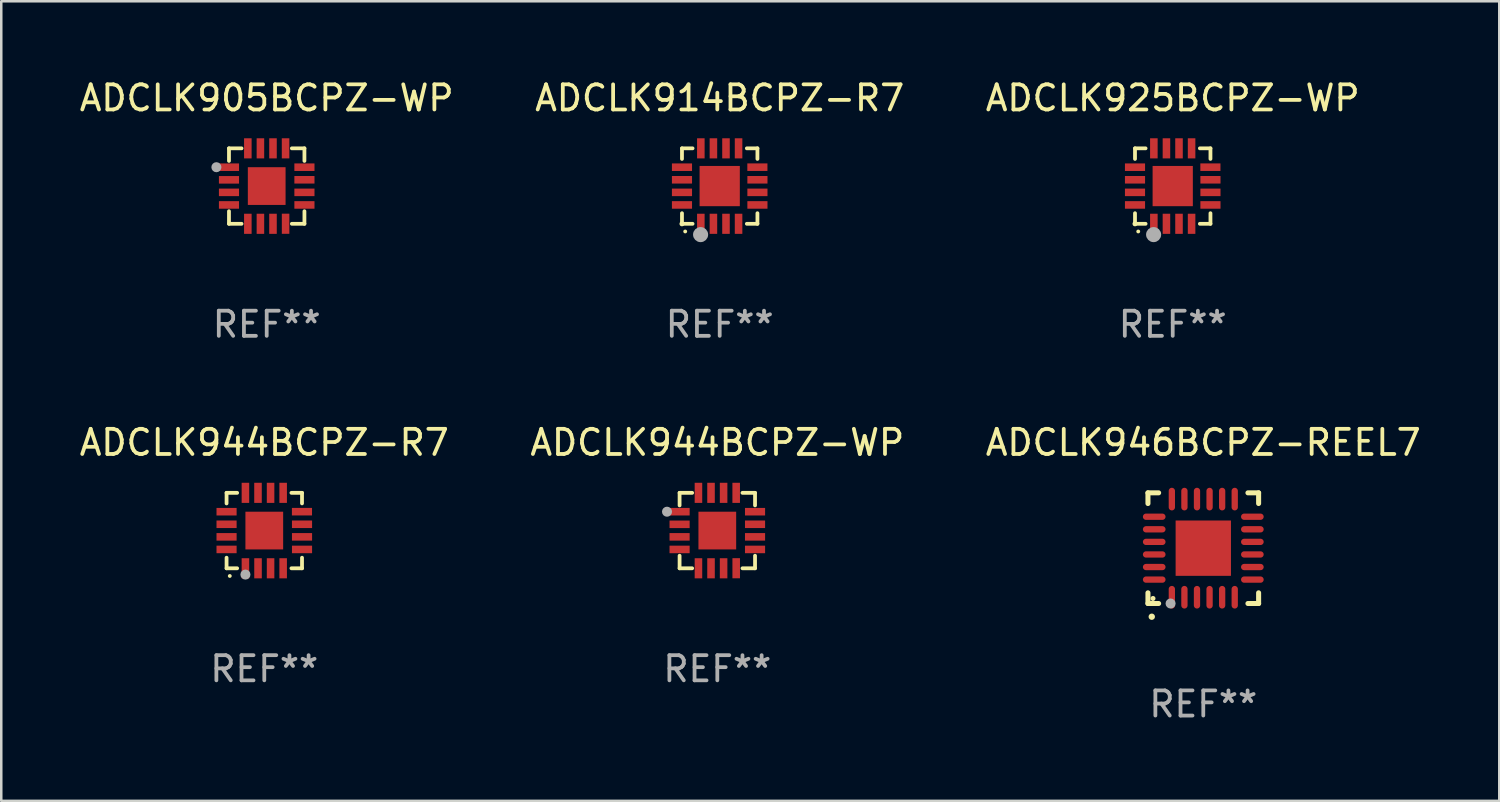
<source format=kicad_pcb>
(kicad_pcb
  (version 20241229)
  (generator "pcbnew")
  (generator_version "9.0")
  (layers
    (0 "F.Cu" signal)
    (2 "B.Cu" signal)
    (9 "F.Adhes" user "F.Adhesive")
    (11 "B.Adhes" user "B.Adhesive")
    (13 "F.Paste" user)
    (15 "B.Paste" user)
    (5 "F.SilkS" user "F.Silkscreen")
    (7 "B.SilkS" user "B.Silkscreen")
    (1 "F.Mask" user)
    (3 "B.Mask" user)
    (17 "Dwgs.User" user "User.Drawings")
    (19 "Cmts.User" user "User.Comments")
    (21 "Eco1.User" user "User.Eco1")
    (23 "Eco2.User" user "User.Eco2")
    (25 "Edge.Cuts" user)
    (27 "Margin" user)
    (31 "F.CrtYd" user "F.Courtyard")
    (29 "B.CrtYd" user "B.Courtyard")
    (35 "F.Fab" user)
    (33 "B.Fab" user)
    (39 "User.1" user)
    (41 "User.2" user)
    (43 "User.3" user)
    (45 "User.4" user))
  (footprint "ADCLK914BCPZ-R7"
    (layer "F.Cu")
    (at 25.565 4.348)
    (property "Reference" "ADCLK914BCPZ-R7" (at 0 -3.5 0) (layer "F.SilkS") (effects (font (size 1 1) (thickness 0.15))))
    (attr through_hole)
    (fp_line (start -1.5 -1.5) (end -1.079 -1.5) (stroke (width 0.15) (type solid)) (layer "F.SilkS"))
    (fp_line (start -1.5 -1.079) (end -1.5 -1.5) (stroke (width 0.15) (type solid)) (layer "F.SilkS"))
    (fp_line (start -1.5 1.5) (end -1.5 1.079) (stroke (width 0.15) (type solid)) (layer "F.SilkS"))
    (fp_line (start -1.5 1.5) (end -1.079 1.5) (stroke (width 0.15) (type solid)) (layer "F.SilkS"))
    (fp_line (start 1.079 -1.5) (end 1.5 -1.5) (stroke (width 0.15) (type solid)) (layer "F.SilkS"))
    (fp_line (start 1.079 1.5) (end 1.5 1.5) (stroke (width 0.15) (type solid)) (layer "F.SilkS"))
    (fp_line (start 1.5 -1.08) (end 1.5 -1.5) (stroke (width 0.15) (type solid)) (layer "F.SilkS"))
    (fp_line (start 1.5 1.5) (end 1.5 1.079) (stroke (width 0.15) (type solid)) (layer "F.SilkS"))
    (fp_arc (start -1.372885 1.805398) (mid -1.371615 1.805392) (end -1.370345 1.805398) (stroke (width 0.150114) (type solid)) (layer "F.SilkS"))
    (fp_circle (center -1.5 1.5) (end -1.45 1.5) (stroke (width 0.1) (type solid)) (fill no) (layer "F.SilkS"))
    (fp_circle (center -0.76 1.93) (end -0.61 1.93) (stroke (width 0.3) (type solid)) (fill no) (layer "F.Fab"))
    (fp_text user "REF**" (at 0 5.5 0) (layer "F.Fab") (effects (font (size 1 1) (thickness 0.15))))
    (pad "1" smd rect (at -0.75 1.5) (size 0.3 0.8) (layers "F.Cu" "F.Mask" "F.Paste"))
    (pad "2" smd rect (at -0.25 1.5) (size 0.3 0.8) (layers "F.Cu" "F.Mask" "F.Paste"))
    (pad "3" smd rect (at 0.25 1.5) (size 0.3 0.8) (layers "F.Cu" "F.Mask" "F.Paste"))
    (pad "4" smd rect (at 0.75 1.5) (size 0.3 0.8) (layers "F.Cu" "F.Mask" "F.Paste"))
    (pad "5" smd rect (at 1.5 0.75) (size 0.8 0.3) (layers "F.Cu" "F.Mask" "F.Paste"))
    (pad "6" smd rect (at 1.5 0.25) (size 0.8 0.3) (layers "F.Cu" "F.Mask" "F.Paste"))
    (pad "7" smd rect (at 1.5 -0.25) (size 0.8 0.3) (layers "F.Cu" "F.Mask" "F.Paste"))
    (pad "8" smd rect (at 1.498 -0.751) (size 0.8 0.3) (layers "F.Cu" "F.Mask" "F.Paste"))
    (pad "9" smd rect (at 0.75 -1.5) (size 0.3 0.8) (layers "F.Cu" "F.Mask" "F.Paste"))
    (pad "10" smd rect (at 0.25 -1.5) (size 0.3 0.8) (layers "F.Cu" "F.Mask" "F.Paste"))
    (pad "11" smd rect (at -0.25 -1.5) (size 0.3 0.8) (layers "F.Cu" "F.Mask" "F.Paste"))
    (pad "12" smd rect (at -0.75 -1.5) (size 0.3 0.8) (layers "F.Cu" "F.Mask" "F.Paste"))
    (pad "13" smd rect (at -1.5 -0.75) (size 0.8 0.3) (layers "F.Cu" "F.Mask" "F.Paste"))
    (pad "14" smd rect (at -1.5 -0.25) (size 0.8 0.3) (layers "F.Cu" "F.Mask" "F.Paste"))
    (pad "15" smd rect (at -1.5 0.25) (size 0.8 0.3) (layers "F.Cu" "F.Mask" "F.Paste"))
    (pad "16" smd rect (at -1.5 0.75) (size 0.8 0.3) (layers "F.Cu" "F.Mask" "F.Paste"))
    (pad "17" smd rect (at -0.000114 0.00014) (size 1.6 1.6) (layers "F.Cu" "F.Mask" "F.Paste")))
  (footprint "ADCLK944BCPZ-WP"
    (layer "F.Cu")
    (at 25.47 18.045)
    (property "Reference" "ADCLK944BCPZ-WP" (at 0 -3.5 0) (layer "F.SilkS") (effects (font (size 1 1) (thickness 0.15))))
    (attr through_hole)
    (fp_line (start -1.5 -1.5) (end -1 -1.5) (stroke (width 0.15) (type solid)) (layer "F.SilkS"))
    (fp_line (start -1.5 -1) (end -1.5 -1.5) (stroke (width 0.15) (type solid)) (layer "F.SilkS"))
    (fp_line (start -1.5 1) (end -1.5 1.5) (stroke (width 0.15) (type solid)) (layer "F.SilkS"))
    (fp_line (start -1.5 1.5) (end -1 1.5) (stroke (width 0.15) (type solid)) (layer "F.SilkS"))
    (fp_line (start 1 -1.5) (end 1.5 -1.5) (stroke (width 0.15) (type solid)) (layer "F.SilkS"))
    (fp_line (start 1 1.5) (end 1.5 1.5) (stroke (width 0.15) (type solid)) (layer "F.SilkS"))
    (fp_line (start 1.5 -1.5) (end 1.5 -1) (stroke (width 0.15) (type solid)) (layer "F.SilkS"))
    (fp_line (start 1.5 1.5) (end 1.5 1) (stroke (width 0.15) (type solid)) (layer "F.SilkS"))
    (fp_arc (start -2.082931 -0.784989) (mid -2.082937 -0.786259) (end -2.082931 -0.787529) (stroke (width 0.150114) (type solid)) (layer "F.SilkS"))
    (fp_circle (center -1.5 -1.5) (end -1.47 -1.5) (stroke (width 0.06) (type solid)) (fill no) (layer "F.SilkS"))
    (fp_circle (center -2 -0.75) (end -1.9 -0.75) (stroke (width 0.2) (type solid)) (fill no) (layer "F.Fab"))
    (fp_text user "REF**" (at 0 5.5 0) (layer "F.Fab") (effects (font (size 1 1) (thickness 0.15))))
    (pad "1" smd rect (at -1.5 -0.75 90) (size 0.3 0.8) (layers "F.Cu" "F.Mask" "F.Paste"))
    (pad "2" smd rect (at -1.5 -0.248 90) (size 0.3 0.8) (layers "F.Cu" "F.Mask" "F.Paste"))
    (pad "3" smd rect (at -1.5 0.25 90) (size 0.3 0.8) (layers "F.Cu" "F.Mask" "F.Paste"))
    (pad "4" smd rect (at -1.5 0.75 90) (size 0.3 0.8) (layers "F.Cu" "F.Mask" "F.Paste"))
    (pad "5" smd rect (at -0.75 1.5) (size 0.3 0.8) (layers "F.Cu" "F.Mask" "F.Paste"))
    (pad "6" smd rect (at -0.25 1.5) (size 0.3 0.8) (layers "F.Cu" "F.Mask" "F.Paste"))
    (pad "7" smd rect (at 0.25 1.5) (size 0.3 0.8) (layers "F.Cu" "F.Mask" "F.Paste"))
    (pad "8" smd rect (at 0.751 1.498) (size 0.3 0.8) (layers "F.Cu" "F.Mask" "F.Paste"))
    (pad "9" smd rect (at 1.5 0.75 90) (size 0.3 0.8) (layers "F.Cu" "F.Mask" "F.Paste"))
    (pad "10" smd rect (at 1.5 0.25 90) (size 0.3 0.8) (layers "F.Cu" "F.Mask" "F.Paste"))
    (pad "11" smd rect (at 1.5 -0.25 90) (size 0.3 0.8) (layers "F.Cu" "F.Mask" "F.Paste"))
    (pad "12" smd rect (at 1.5 -0.75 90) (size 0.3 0.8) (layers "F.Cu" "F.Mask" "F.Paste"))
    (pad "13" smd rect (at 0.75 -1.5) (size 0.3 0.8) (layers "F.Cu" "F.Mask" "F.Paste"))
    (pad "14" smd rect (at 0.25 -1.5) (size 0.3 0.8) (layers "F.Cu" "F.Mask" "F.Paste"))
    (pad "15" smd rect (at -0.25 -1.5) (size 0.3 0.8) (layers "F.Cu" "F.Mask" "F.Paste"))
    (pad "16" smd rect (at -0.75 -1.5) (size 0.3 0.8) (layers "F.Cu" "F.Mask" "F.Paste"))
    (pad "17" smd rect (at -0.000127 -0.000127 90) (size 1.5 1.5) (layers "F.Cu" "F.Mask" "F.Paste")))
  (footprint "ADCLK925BCPZ-WP"
    (layer "F.Cu")
    (at 43.577 4.348)
    (property "Reference" "ADCLK925BCPZ-WP" (at 0 -3.5 0) (layer "F.SilkS") (effects (font (size 1 1) (thickness 0.15))))
    (attr through_hole)
    (fp_line (start -1.5 -1.5) (end -1.079 -1.5) (stroke (width 0.15) (type solid)) (layer "F.SilkS"))
    (fp_line (start -1.5 -1.079) (end -1.5 -1.5) (stroke (width 0.15) (type solid)) (layer "F.SilkS"))
    (fp_line (start -1.5 1.5) (end -1.5 1.079) (stroke (width 0.15) (type solid)) (layer "F.SilkS"))
    (fp_line (start -1.5 1.5) (end -1.079 1.5) (stroke (width 0.15) (type solid)) (layer "F.SilkS"))
    (fp_line (start 1.079 -1.5) (end 1.5 -1.5) (stroke (width 0.15) (type solid)) (layer "F.SilkS"))
    (fp_line (start 1.079 1.5) (end 1.5 1.5) (stroke (width 0.15) (type solid)) (layer "F.SilkS"))
    (fp_line (start 1.5 -1.08) (end 1.5 -1.5) (stroke (width 0.15) (type solid)) (layer "F.SilkS"))
    (fp_line (start 1.5 1.5) (end 1.5 1.079) (stroke (width 0.15) (type solid)) (layer "F.SilkS"))
    (fp_arc (start -1.372885 1.805398) (mid -1.371615 1.805392) (end -1.370345 1.805398) (stroke (width 0.150114) (type solid)) (layer "F.SilkS"))
    (fp_circle (center -1.5 1.5) (end -1.45 1.5) (stroke (width 0.1) (type solid)) (fill no) (layer "F.SilkS"))
    (fp_circle (center -0.76 1.93) (end -0.61 1.93) (stroke (width 0.3) (type solid)) (fill no) (layer "F.Fab"))
    (fp_text user "REF**" (at 0 5.5 0) (layer "F.Fab") (effects (font (size 1 1) (thickness 0.15))))
    (pad "1" smd rect (at -0.75 1.5) (size 0.3 0.8) (layers "F.Cu" "F.Mask" "F.Paste"))
    (pad "2" smd rect (at -0.25 1.5) (size 0.3 0.8) (layers "F.Cu" "F.Mask" "F.Paste"))
    (pad "3" smd rect (at 0.25 1.5) (size 0.3 0.8) (layers "F.Cu" "F.Mask" "F.Paste"))
    (pad "4" smd rect (at 0.75 1.5) (size 0.3 0.8) (layers "F.Cu" "F.Mask" "F.Paste"))
    (pad "5" smd rect (at 1.5 0.75) (size 0.8 0.3) (layers "F.Cu" "F.Mask" "F.Paste"))
    (pad "6" smd rect (at 1.5 0.25) (size 0.8 0.3) (layers "F.Cu" "F.Mask" "F.Paste"))
    (pad "7" smd rect (at 1.5 -0.25) (size 0.8 0.3) (layers "F.Cu" "F.Mask" "F.Paste"))
    (pad "8" smd rect (at 1.498 -0.751) (size 0.8 0.3) (layers "F.Cu" "F.Mask" "F.Paste"))
    (pad "9" smd rect (at 0.75 -1.5) (size 0.3 0.8) (layers "F.Cu" "F.Mask" "F.Paste"))
    (pad "10" smd rect (at 0.25 -1.5) (size 0.3 0.8) (layers "F.Cu" "F.Mask" "F.Paste"))
    (pad "11" smd rect (at -0.25 -1.5) (size 0.3 0.8) (layers "F.Cu" "F.Mask" "F.Paste"))
    (pad "12" smd rect (at -0.75 -1.5) (size 0.3 0.8) (layers "F.Cu" "F.Mask" "F.Paste"))
    (pad "13" smd rect (at -1.5 -0.75) (size 0.8 0.3) (layers "F.Cu" "F.Mask" "F.Paste"))
    (pad "14" smd rect (at -1.5 -0.25) (size 0.8 0.3) (layers "F.Cu" "F.Mask" "F.Paste"))
    (pad "15" smd rect (at -1.5 0.25) (size 0.8 0.3) (layers "F.Cu" "F.Mask" "F.Paste"))
    (pad "16" smd rect (at -1.5 0.75) (size 0.8 0.3) (layers "F.Cu" "F.Mask" "F.Paste"))
    (pad "17" smd rect (at -0.000114 0.00014) (size 1.6 1.6) (layers "F.Cu" "F.Mask" "F.Paste")))
  (footprint "ADCLK944BCPZ-R7"
    (layer "F.Cu")
    (at 7.458 18.045)
    (property "Reference" "ADCLK944BCPZ-R7" (at 0 -3.5 0) (layer "F.SilkS") (effects (font (size 1 1) (thickness 0.15))))
    (attr through_hole)
    (fp_line (start -1.5 -1.5) (end -1.079 -1.5) (stroke (width 0.15) (type solid)) (layer "F.SilkS"))
    (fp_line (start -1.5 -1.079) (end -1.5 -1.5) (stroke (width 0.15) (type solid)) (layer "F.SilkS"))
    (fp_line (start -1.5 1.5) (end -1.5 1.079) (stroke (width 0.15) (type solid)) (layer "F.SilkS"))
    (fp_line (start -1.5 1.5) (end -1.079 1.5) (stroke (width 0.15) (type solid)) (layer "F.SilkS"))
    (fp_line (start 1.079 -1.5) (end 1.5 -1.5) (stroke (width 0.15) (type solid)) (layer "F.SilkS"))
    (fp_line (start 1.079 1.5) (end 1.5 1.5) (stroke (width 0.15) (type solid)) (layer "F.SilkS"))
    (fp_line (start 1.5 -1.08) (end 1.5 -1.5) (stroke (width 0.15) (type solid)) (layer "F.SilkS"))
    (fp_line (start 1.5 1.5) (end 1.5 1.079) (stroke (width 0.15) (type solid)) (layer "F.SilkS"))
    (fp_arc (start -1.372885 1.805398) (mid -1.371615 1.805392) (end -1.370345 1.805398) (stroke (width 0.150114) (type solid)) (layer "F.SilkS"))
    (fp_circle (center -1.5 1.5) (end -1.47 1.5) (stroke (width 0.06) (type solid)) (fill no) (layer "F.SilkS"))
    (fp_circle (center -0.75 1.75) (end -0.65 1.75) (stroke (width 0.2) (type solid)) (fill no) (layer "F.Fab"))
    (fp_text user "REF**" (at 0 5.5 0) (layer "F.Fab") (effects (font (size 1 1) (thickness 0.15))))
    (pad "1" smd rect (at -0.75 1.5) (size 0.3 0.8) (layers "F.Cu" "F.Mask" "F.Paste"))
    (pad "2" smd rect (at -0.249 1.5) (size 0.3 0.8) (layers "F.Cu" "F.Mask" "F.Paste"))
    (pad "3" smd rect (at 0.25 1.5) (size 0.3 0.8) (layers "F.Cu" "F.Mask" "F.Paste"))
    (pad "4" smd rect (at 0.75 1.5) (size 0.3 0.8) (layers "F.Cu" "F.Mask" "F.Paste"))
    (pad "5" smd rect (at 1.5 0.75) (size 0.8 0.3) (layers "F.Cu" "F.Mask" "F.Paste"))
    (pad "6" smd rect (at 1.5 0.25) (size 0.8 0.3) (layers "F.Cu" "F.Mask" "F.Paste"))
    (pad "7" smd rect (at 1.5 -0.25) (size 0.8 0.3) (layers "F.Cu" "F.Mask" "F.Paste"))
    (pad "8" smd rect (at 1.498 -0.751) (size 0.8 0.3) (layers "F.Cu" "F.Mask" "F.Paste"))
    (pad "9" smd rect (at 0.75 -1.5) (size 0.3 0.8) (layers "F.Cu" "F.Mask" "F.Paste"))
    (pad "10" smd rect (at 0.25 -1.5) (size 0.3 0.8) (layers "F.Cu" "F.Mask" "F.Paste"))
    (pad "11" smd rect (at -0.25 -1.5) (size 0.3 0.8) (layers "F.Cu" "F.Mask" "F.Paste"))
    (pad "12" smd rect (at -0.75 -1.5) (size 0.3 0.8) (layers "F.Cu" "F.Mask" "F.Paste"))
    (pad "13" smd rect (at -1.5 -0.75) (size 0.8 0.3) (layers "F.Cu" "F.Mask" "F.Paste"))
    (pad "14" smd rect (at -1.5 -0.25) (size 0.8 0.3) (layers "F.Cu" "F.Mask" "F.Paste"))
    (pad "15" smd rect (at -1.5 0.25) (size 0.8 0.3) (layers "F.Cu" "F.Mask" "F.Paste"))
    (pad "16" smd rect (at -1.5 0.75) (size 0.8 0.3) (layers "F.Cu" "F.Mask" "F.Paste"))
    (pad "17" smd rect (at -0.000114 0.00014 180) (size 1.5 1.5) (layers "F.Cu" "F.Mask" "F.Paste")))
  (footprint "ADCLK946BCPZ-REEL7"
    (layer "F.Cu")
    (at 44.792 18.745)
    (property "Reference" "ADCLK946BCPZ-REEL7" (at 0 -4.2 0) (layer "F.SilkS") (effects (font (size 1 1) (thickness 0.15))))
    (attr through_hole)
    (fp_line (start -2.2 -2.2) (end -2.2 -1.775) (stroke (width 0.2) (type solid)) (layer "F.SilkS"))
    (fp_line (start -2.2 2.2) (end -2.2 1.775) (stroke (width 0.2) (type solid)) (layer "F.SilkS"))
    (fp_line (start -1.775 -2.2) (end -2.2 -2.2) (stroke (width 0.2) (type solid)) (layer "F.SilkS"))
    (fp_line (start -1.775 2.2) (end -2.2 2.2) (stroke (width 0.2) (type solid)) (layer "F.SilkS"))
    (fp_line (start 2.2 -2.2) (end 1.775 -2.2) (stroke (width 0.2) (type solid)) (layer "F.SilkS"))
    (fp_line (start 2.2 -1.775) (end 2.2 -2.2) (stroke (width 0.2) (type solid)) (layer "F.SilkS"))
    (fp_line (start 2.2 1.775) (end 2.2 2.2) (stroke (width 0.2) (type solid)) (layer "F.SilkS"))
    (fp_line (start 2.2 2.2) (end 1.775 2.2) (stroke (width 0.2) (type solid)) (layer "F.SilkS"))
    (fp_arc (start -2.049784 2.725425) (mid -2.048514 2.725419) (end -2.047244 2.725425) (stroke (width 0.25) (type solid)) (layer "F.SilkS"))
    (fp_circle (center -2 2) (end -1.95 2) (stroke (width 0.1) (type solid)) (fill no) (layer "F.SilkS"))
    (fp_circle (center -1.3 2.2) (end -1.2 2.2) (stroke (width 0.2) (type solid)) (fill no) (layer "F.Fab"))
    (fp_text user "REF**" (at 0 6.2 0) (layer "F.Fab") (effects (font (size 1 1) (thickness 0.15))))
    (pad "1" smd oval (at -1.25 1.951) (size 0.25 0.9) (layers "F.Cu" "F.Mask" "F.Paste"))
    (pad "2" smd oval (at -0.75 1.951) (size 0.25 0.9) (layers "F.Cu" "F.Mask" "F.Paste"))
    (pad "3" smd oval (at -0.25 1.951) (size 0.25 0.9) (layers "F.Cu" "F.Mask" "F.Paste"))
    (pad "4" smd oval (at 0.25 1.951) (size 0.25 0.9) (layers "F.Cu" "F.Mask" "F.Paste"))
    (pad "5" smd oval (at 0.75 1.951) (size 0.25 0.9) (layers "F.Cu" "F.Mask" "F.Paste"))
    (pad "6" smd oval (at 1.25 1.951) (size 0.25 0.9) (layers "F.Cu" "F.Mask" "F.Paste"))
    (pad "7" smd oval (at 1.951 1.25) (size 0.9 0.25) (layers "F.Cu" "F.Mask" "F.Paste"))
    (pad "8" smd oval (at 1.951 0.75) (size 0.9 0.25) (layers "F.Cu" "F.Mask" "F.Paste"))
    (pad "9" smd oval (at 1.951 0.25) (size 0.9 0.25) (layers "F.Cu" "F.Mask" "F.Paste"))
    (pad "10" smd oval (at 1.951 -0.25) (size 0.9 0.25) (layers "F.Cu" "F.Mask" "F.Paste"))
    (pad "11" smd oval (at 1.951 -0.75) (size 0.9 0.25) (layers "F.Cu" "F.Mask" "F.Paste"))
    (pad "12" smd oval (at 1.951 -1.25) (size 0.9 0.25) (layers "F.Cu" "F.Mask" "F.Paste"))
    (pad "13" smd oval (at 1.25 -1.951) (size 0.25 0.9) (layers "F.Cu" "F.Mask" "F.Paste"))
    (pad "14" smd oval (at 0.75 -1.951) (size 0.25 0.9) (layers "F.Cu" "F.Mask" "F.Paste"))
    (pad "15" smd oval (at 0.25 -1.951) (size 0.25 0.9) (layers "F.Cu" "F.Mask" "F.Paste"))
    (pad "16" smd oval (at -0.25 -1.951) (size 0.25 0.9) (layers "F.Cu" "F.Mask" "F.Paste"))
    (pad "17" smd oval (at -0.75 -1.951) (size 0.25 0.9) (layers "F.Cu" "F.Mask" "F.Paste"))
    (pad "18" smd oval (at -1.25 -1.951) (size 0.25 0.9) (layers "F.Cu" "F.Mask" "F.Paste"))
    (pad "19" smd oval (at -1.951 -1.25) (size 0.9 0.25) (layers "F.Cu" "F.Mask" "F.Paste"))
    (pad "20" smd oval (at -1.951 -0.75) (size 0.9 0.25) (layers "F.Cu" "F.Mask" "F.Paste"))
    (pad "21" smd oval (at -1.951 -0.25) (size 0.9 0.25) (layers "F.Cu" "F.Mask" "F.Paste"))
    (pad "22" smd oval (at -1.951 0.25) (size 0.9 0.25) (layers "F.Cu" "F.Mask" "F.Paste"))
    (pad "23" smd oval (at -1.951 0.75) (size 0.9 0.25) (layers "F.Cu" "F.Mask" "F.Paste"))
    (pad "24" smd oval (at -1.951 1.25) (size 0.9 0.25) (layers "F.Cu" "F.Mask" "F.Paste"))
    (pad "25" smd rect (at 0.000076 0) (size 2.2 2.2) (layers "F.Cu" "F.Mask" "F.Paste")))
  (footprint "ADCLK905BCPZ-WP"
    (layer "F.Cu")
    (at 7.554 4.348)
    (property "Reference" "ADCLK905BCPZ-WP" (at 0 -3.5 0) (layer "F.SilkS") (effects (font (size 1 1) (thickness 0.15))))
    (attr through_hole)
    (fp_line (start -1.5 -1.5) (end -1 -1.5) (stroke (width 0.15) (type solid)) (layer "F.SilkS"))
    (fp_line (start -1.5 -1) (end -1.5 -1.5) (stroke (width 0.15) (type solid)) (layer "F.SilkS"))
    (fp_line (start -1.5 1) (end -1.5 1.5) (stroke (width 0.15) (type solid)) (layer "F.SilkS"))
    (fp_line (start -1.5 1.5) (end -1 1.5) (stroke (width 0.15) (type solid)) (layer "F.SilkS"))
    (fp_line (start 1 -1.5) (end 1.5 -1.5) (stroke (width 0.15) (type solid)) (layer "F.SilkS"))
    (fp_line (start 1 1.5) (end 1.5 1.5) (stroke (width 0.15) (type solid)) (layer "F.SilkS"))
    (fp_line (start 1.5 -1.5) (end 1.5 -1) (stroke (width 0.15) (type solid)) (layer "F.SilkS"))
    (fp_line (start 1.5 1.5) (end 1.5 1) (stroke (width 0.15) (type solid)) (layer "F.SilkS"))
    (fp_arc (start -2.082931 -0.784989) (mid -2.082937 -0.786259) (end -2.082931 -0.787529) (stroke (width 0.150114) (type solid)) (layer "F.SilkS"))
    (fp_circle (center -1.5 -1.5) (end -1.47 -1.5) (stroke (width 0.06) (type solid)) (fill no) (layer "F.SilkS"))
    (fp_circle (center -2 -0.75) (end -1.9 -0.75) (stroke (width 0.2) (type solid)) (fill no) (layer "F.Fab"))
    (fp_text user "REF**" (at 0 5.5 0) (layer "F.Fab") (effects (font (size 1 1) (thickness 0.15))))
    (pad "1" smd rect (at -1.5 -0.75 90) (size 0.3 0.8) (layers "F.Cu" "F.Mask" "F.Paste"))
    (pad "2" smd rect (at -1.5 -0.248 90) (size 0.3 0.8) (layers "F.Cu" "F.Mask" "F.Paste"))
    (pad "3" smd rect (at -1.5 0.25 90) (size 0.3 0.8) (layers "F.Cu" "F.Mask" "F.Paste"))
    (pad "4" smd rect (at -1.5 0.75 90) (size 0.3 0.8) (layers "F.Cu" "F.Mask" "F.Paste"))
    (pad "5" smd rect (at -0.75 1.5) (size 0.3 0.8) (layers "F.Cu" "F.Mask" "F.Paste"))
    (pad "6" smd rect (at -0.25 1.5) (size 0.3 0.8) (layers "F.Cu" "F.Mask" "F.Paste"))
    (pad "7" smd rect (at 0.25 1.5) (size 0.3 0.8) (layers "F.Cu" "F.Mask" "F.Paste"))
    (pad "8" smd rect (at 0.751 1.498) (size 0.3 0.8) (layers "F.Cu" "F.Mask" "F.Paste"))
    (pad "9" smd rect (at 1.5 0.75 90) (size 0.3 0.8) (layers "F.Cu" "F.Mask" "F.Paste"))
    (pad "10" smd rect (at 1.5 0.25 90) (size 0.3 0.8) (layers "F.Cu" "F.Mask" "F.Paste"))
    (pad "11" smd rect (at 1.5 -0.25 90) (size 0.3 0.8) (layers "F.Cu" "F.Mask" "F.Paste"))
    (pad "12" smd rect (at 1.5 -0.75 90) (size 0.3 0.8) (layers "F.Cu" "F.Mask" "F.Paste"))
    (pad "13" smd rect (at 0.75 -1.5) (size 0.3 0.8) (layers "F.Cu" "F.Mask" "F.Paste"))
    (pad "14" smd rect (at 0.25 -1.5) (size 0.3 0.8) (layers "F.Cu" "F.Mask" "F.Paste"))
    (pad "15" smd rect (at -0.25 -1.5) (size 0.3 0.8) (layers "F.Cu" "F.Mask" "F.Paste"))
    (pad "16" smd rect (at -0.75 -1.5) (size 0.3 0.8) (layers "F.Cu" "F.Mask" "F.Paste"))
    (pad "17" smd rect (at -0.000127 -0.000127 90) (size 1.5 1.5) (layers "F.Cu" "F.Mask" "F.Paste")))
  (gr_rect
    (start -3 -3)
    (end 56.56 28.793)
    (stroke (width 0.1) (type default))
    (fill no)
    (layer "Edge.Cuts")))
</source>
